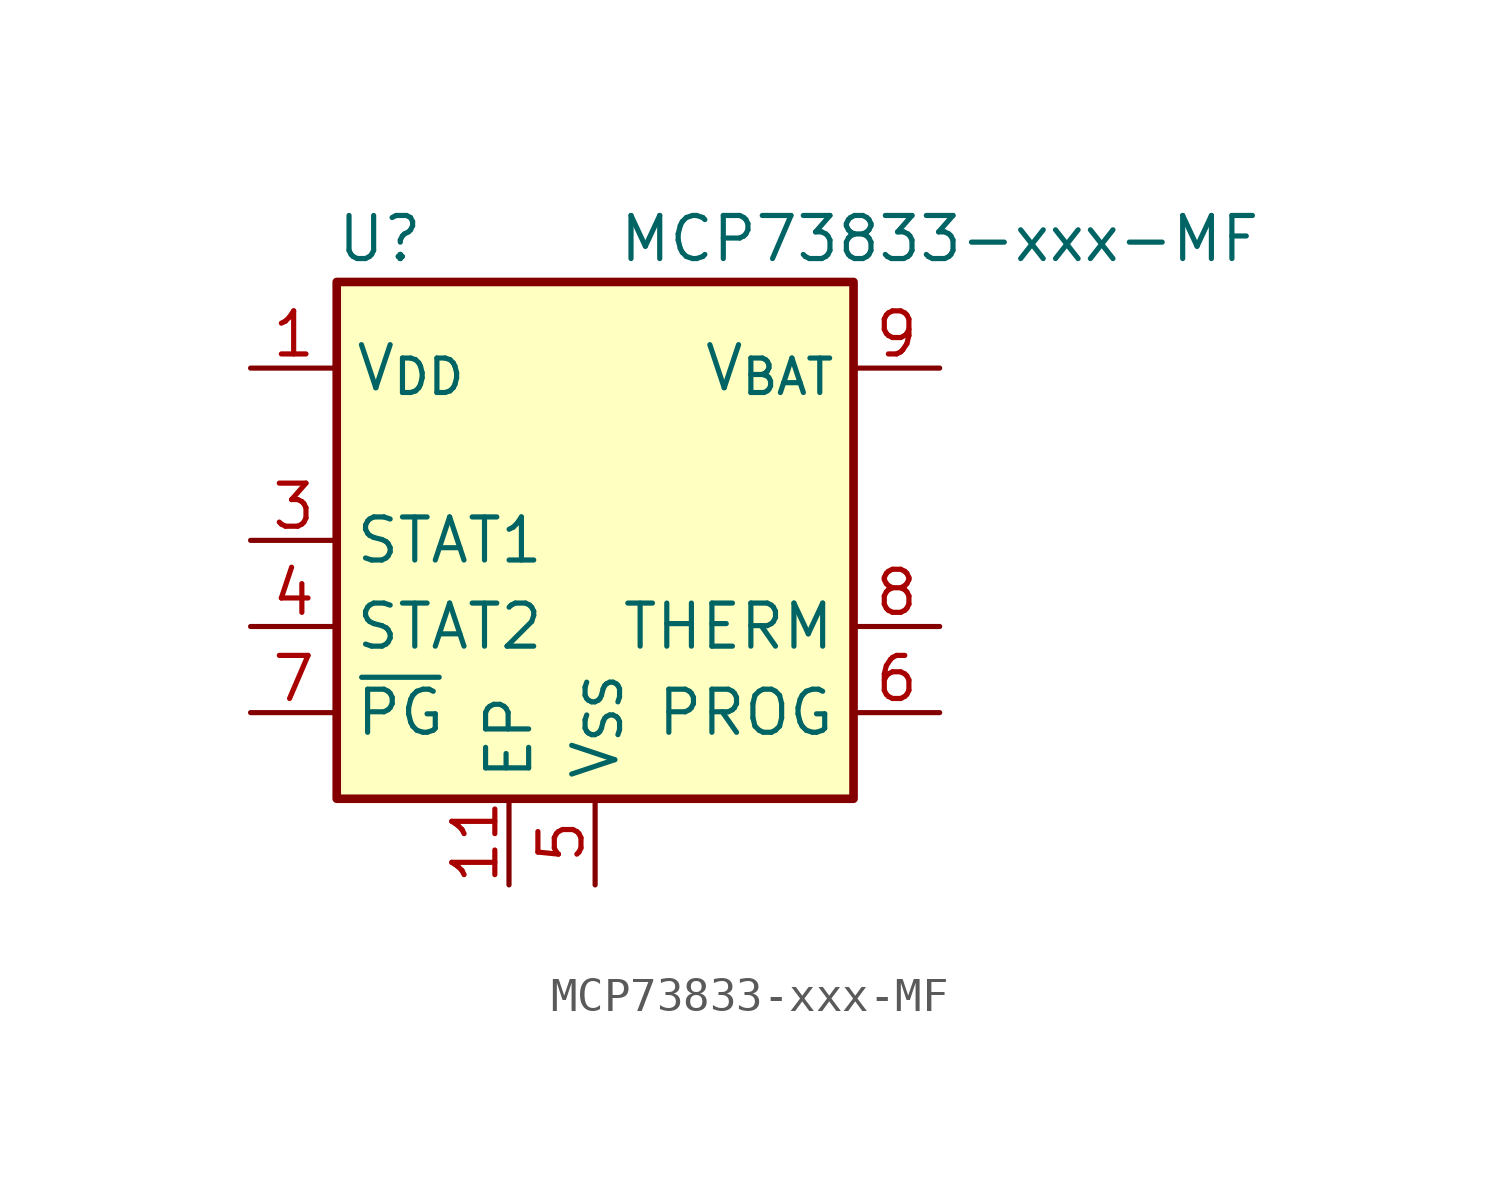
<source format=kicad_sym>
(kicad_symbol_lib
  (version 20220914)
  (generator kicad_symbol_editor)
  (symbol "MCP73833-xxx-MF"
    (property "Reference" "U"
      (at -6.35 8.89 0)
      (effects (font (size 1.27 1.27))))
    (property "Value" "MCP73833-xxx-MF"
      (at 10.16 8.89 0)
      (effects (font (size 1.27 1.27))))
    (symbol "MCP73833-xxx-MF_1_1"
      (rectangle (start -7.62 7.62) (end 7.62 -7.62) (stroke (width 0.254) (type default)) (fill (type background)))
      (pin power_in line (at -10.16 5.08 0) (length 2.54) (name "V_{DD}" (effects (font (size 1.27 1.27)))) (number "1" (effects (font (size 1.27 1.27)))))
      (pin passive line (at 10.16 5.08 180) (length 2.54) hide (name "V_{BAT}" (effects (font (size 1.27 1.27)))) (number "10" (effects (font (size 1.27 1.27)))))
      (pin power_in line (at -2.54 -10.16 90) (length 2.54) (name "EP" (effects (font (size 1.27 1.27)))) (number "11" (effects (font (size 1.27 1.27)))))
      (pin passive line (at -10.16 5.08 0) (length 2.54) hide (name "V_{DD}" (effects (font (size 1.27 1.27)))) (number "2" (effects (font (size 1.27 1.27)))))
      (pin open_collector line (at -10.16 0 0) (length 2.54) (name "STAT1" (effects (font (size 1.27 1.27)))) (number "3" (effects (font (size 1.27 1.27)))))
      (pin open_collector line (at -10.16 -2.54 0) (length 2.54) (name "STAT2" (effects (font (size 1.27 1.27)))) (number "4" (effects (font (size 1.27 1.27)))))
      (pin power_in line (at 0 -10.16 90) (length 2.54) (name "V_{SS}" (effects (font (size 1.27 1.27)))) (number "5" (effects (font (size 1.27 1.27)))))
      (pin input line (at 10.16 -5.08 180) (length 2.54) (name "PROG" (effects (font (size 1.27 1.27)))) (number "6" (effects (font (size 1.27 1.27)))))
      (pin open_collector line (at -10.16 -5.08 0) (length 2.54) (name "~{PG}" (effects (font (size 1.27 1.27)))) (number "7" (effects (font (size 1.27 1.27)))))
      (pin passive line (at 10.16 -2.54 180) (length 2.54) (name "THERM" (effects (font (size 1.27 1.27)))) (number "8" (effects (font (size 1.27 1.27)))))
      (pin power_out line (at 10.16 5.08 180) (length 2.54) (name "V_{BAT}" (effects (font (size 1.27 1.27)))) (number "9" (effects (font (size 1.27 1.27))))))))
</source>
